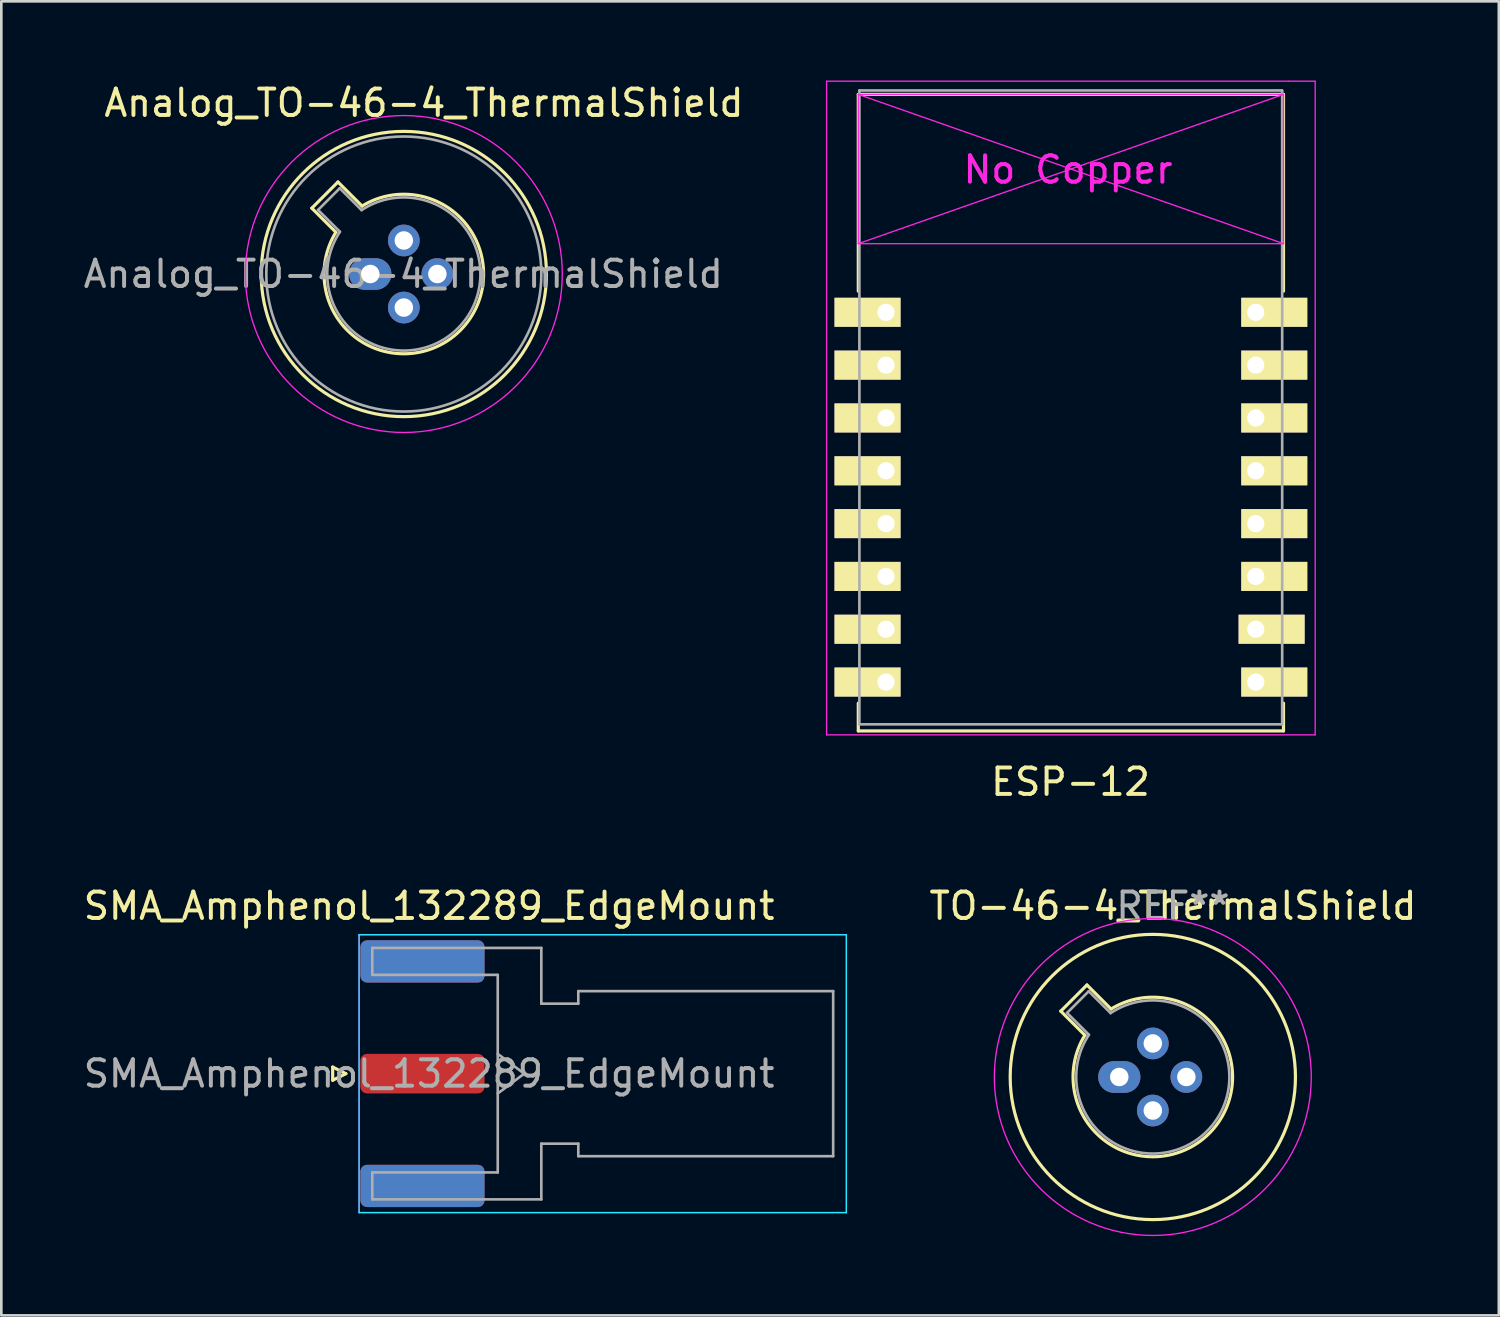
<source format=kicad_pcb>
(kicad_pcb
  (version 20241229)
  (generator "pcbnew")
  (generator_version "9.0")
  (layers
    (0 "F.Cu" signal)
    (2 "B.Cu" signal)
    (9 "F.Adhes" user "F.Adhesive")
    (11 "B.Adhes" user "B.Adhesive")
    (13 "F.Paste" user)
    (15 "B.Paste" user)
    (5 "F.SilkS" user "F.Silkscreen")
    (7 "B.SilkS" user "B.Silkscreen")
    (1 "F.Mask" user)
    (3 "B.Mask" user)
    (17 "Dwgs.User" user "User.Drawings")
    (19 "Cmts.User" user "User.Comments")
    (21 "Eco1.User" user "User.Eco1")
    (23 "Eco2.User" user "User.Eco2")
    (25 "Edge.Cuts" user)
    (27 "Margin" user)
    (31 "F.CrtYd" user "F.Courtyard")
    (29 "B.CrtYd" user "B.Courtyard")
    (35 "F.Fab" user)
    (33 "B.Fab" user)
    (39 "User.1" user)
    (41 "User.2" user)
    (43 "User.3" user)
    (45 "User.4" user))
  (footprint "TO-46-4_ThermalShield"
    (layer "F.Cu")
    (at 39.329 37.728)
    (property "Reference" "TO-46-4_ThermalShield" (at 2.032 -6.477 0) (layer "F.SilkS") (effects (font (size 1 1) (thickness 0.15))))
    (attr through_hole)
    (fp_line (start -2.214 -2.494) (end -1.302 -1.582) (stroke (width 0.12) (type solid)) (layer "F.SilkS"))
    (fp_line (start -1.224 -3.484) (end -2.214 -2.494) (stroke (width 0.12) (type solid)) (layer "F.SilkS"))
    (fp_line (start -0.312 -2.572) (end -1.224 -3.484) (stroke (width 0.12) (type solid)) (layer "F.SilkS"))
    (fp_arc (start -0.312331 -2.572281) (mid 3.405374 2.135551) (end -1.30215 -1.582544) (stroke (width 0.12) (type solid)) (layer "F.SilkS"))
    (fp_circle (center 1.27 0) (end 6.67 0) (stroke (width 0.12) (type solid)) (fill no) (layer "F.SilkS"))
    (fp_circle (center 1.27 0) (end 7.27 0) (stroke (width 0.05) (type solid)) (fill no) (layer "F.CrtYd"))
    (fp_line (start -1.977 -2.426) (end -1.149 -1.599) (stroke (width 0.1) (type solid)) (layer "F.Fab"))
    (fp_line (start -1.156 -3.247) (end -1.977 -2.426) (stroke (width 0.1) (type solid)) (layer "F.Fab"))
    (fp_line (start -0.329 -2.419) (end -1.156 -3.247) (stroke (width 0.1) (type solid)) (layer "F.Fab"))
    (fp_arc (start -0.329057 -2.419301) (mid 3.321076 2.050143) (end -1.150029 -1.597956) (stroke (width 0.1) (type solid)) (layer "F.Fab"))
    (fp_text user "REF**" (at 2.032 -6.477 0) (layer "F.Fab") (effects (font (size 1 1) (thickness 0.15))))
    (pad "1" thru_hole oval (at 0 0) (size 1.6 1.2) (drill 0.7) (layers "*.Cu" "*.Mask"))
    (pad "2" thru_hole circle (at 1.27 1.27) (size 1.2 1.2) (drill 0.7) (layers "*.Cu" "*.Mask"))
    (pad "3" thru_hole circle (at 2.54 0) (size 1.2 1.2) (drill 0.7) (layers "*.Cu" "*.Mask"))
    (pad "4" thru_hole circle (at 1.27 -1.27) (size 1.2 1.2) (drill 0.7) (layers "*.Cu" "*.Mask")))
  (footprint "SMA_Amphenol_132289_EdgeMount"
    (layer "F.Cu")
    (at 12.946 37.602)
    (property "Reference" "SMA_Amphenol_132289_EdgeMount" (at 0.25 -6.35 180) (layer "F.SilkS") (effects (font (size 1 1) (thickness 0.15))))
    (attr smd)
    (fp_line (start -3.4 -0.25) (end -3.4 0.25) (stroke (width 0.12) (type solid)) (layer "F.SilkS"))
    (fp_line (start -3.4 0.25) (end -2.9 0) (stroke (width 0.12) (type solid)) (layer "F.SilkS"))
    (fp_line (start -2.9 0) (end -3.4 -0.25) (stroke (width 0.12) (type solid)) (layer "F.SilkS"))
    (fp_line (start -2.4 5.26) (end -2.4 -5.26) (stroke (width 0.05) (type solid)) (layer "B.CrtYd"))
    (fp_line (start 16.05 -5.26) (end -2.4 -5.26) (stroke (width 0.05) (type solid)) (layer "B.CrtYd"))
    (fp_line (start 16.05 -5.26) (end 16.05 5.26) (stroke (width 0.05) (type solid)) (layer "B.CrtYd"))
    (fp_line (start 16.05 5.26) (end -2.4 5.26) (stroke (width 0.05) (type solid)) (layer "B.CrtYd"))
    (fp_line (start -2.4 5.26) (end -2.4 -5.26) (stroke (width 0.05) (type solid)) (layer "F.CrtYd"))
    (fp_line (start 16.05 -5.26) (end -2.4 -5.26) (stroke (width 0.05) (type solid)) (layer "F.CrtYd"))
    (fp_line (start 16.05 -5.26) (end 16.05 5.26) (stroke (width 0.05) (type solid)) (layer "F.CrtYd"))
    (fp_line (start 16.05 5.26) (end -2.4 5.26) (stroke (width 0.05) (type solid)) (layer "F.CrtYd"))
    (fp_line (start -1.9 -4.76) (end -1.9 -3.74) (stroke (width 0.1) (type solid)) (layer "F.Fab"))
    (fp_line (start -1.9 -4.76) (end 4.5 -4.76) (stroke (width 0.1) (type solid)) (layer "F.Fab"))
    (fp_line (start -1.9 -3.74) (end 2.85 -3.74) (stroke (width 0.1) (type solid)) (layer "F.Fab"))
    (fp_line (start -1.9 3.74) (end -1.9 4.76) (stroke (width 0.1) (type solid)) (layer "F.Fab"))
    (fp_line (start -1.9 4.76) (end 4.5 4.76) (stroke (width 0.1) (type solid)) (layer "F.Fab"))
    (fp_line (start 2.85 -3.74) (end 2.85 3.74) (stroke (width 0.1) (type solid)) (layer "F.Fab"))
    (fp_line (start 2.85 -0.75) (end 3.85 0) (stroke (width 0.1) (type solid)) (layer "F.Fab"))
    (fp_line (start 2.85 3.74) (end -1.9 3.74) (stroke (width 0.1) (type solid)) (layer "F.Fab"))
    (fp_line (start 3.85 0) (end 2.85 0.75) (stroke (width 0.1) (type solid)) (layer "F.Fab"))
    (fp_line (start 4.5 -2.65) (end 4.5 -4.76) (stroke (width 0.1) (type solid)) (layer "F.Fab"))
    (fp_line (start 4.5 -2.65) (end 5.9 -2.65) (stroke (width 0.1) (type solid)) (layer "F.Fab"))
    (fp_line (start 4.5 2.65) (end 5.9 2.65) (stroke (width 0.1) (type solid)) (layer "F.Fab"))
    (fp_line (start 4.5 4.76) (end 4.5 2.65) (stroke (width 0.1) (type solid)) (layer "F.Fab"))
    (fp_line (start 5.9 -3.125) (end 15.55 -3.125) (stroke (width 0.1) (type solid)) (layer "F.Fab"))
    (fp_line (start 5.9 -2.65) (end 5.9 -3.125) (stroke (width 0.1) (type solid)) (layer "F.Fab"))
    (fp_line (start 5.9 3.125) (end 5.9 2.65) (stroke (width 0.1) (type solid)) (layer "F.Fab"))
    (fp_line (start 15.55 -3.125) (end 15.55 3.125) (stroke (width 0.1) (type solid)) (layer "F.Fab"))
    (fp_line (start 15.55 3.125) (end 5.9 3.125) (stroke (width 0.1) (type solid)) (layer "F.Fab"))
    (fp_text user "${REFERENCE}" (at 0.25 0 0) (layer "F.Fab") (effects (font (size 1 1) (thickness 0.15))))
    (pad "1" smd roundrect (at 0 0 90) (size 1.5 4.7) (layers "F.Cu" "F.Mask" "F.Paste") (roundrect_rratio 0.167))
    (pad "2" smd roundrect (at 0 -4.25 90) (size 1.6 4.7) (layers "F.Cu" "F.Mask" "F.Paste") (roundrect_rratio 0.156))
    (pad "2" smd roundrect (at 0 -4.25 90) (size 1.6 4.7) (layers "B.Cu" "B.Mask" "B.Paste") (roundrect_rratio 0.156))
    (pad "2" smd roundrect (at 0 4.25 90) (size 1.6 4.7) (layers "F.Cu" "F.Mask" "F.Paste") (roundrect_rratio 0.156))
    (pad "2" smd roundrect (at 0 4.25 90) (size 1.6 4.7) (layers "B.Cu" "B.Mask" "B.Paste") (roundrect_rratio 0.156)))
  (footprint "Analog_TO-46-4_ThermalShield"
    (layer "F.Cu")
    (at 10.97 7.325)
    (property "Reference" "Analog_TO-46-4_ThermalShield" (at 2.032 -6.477 0) (layer "F.SilkS") (effects (font (size 1 1) (thickness 0.15))))
    (attr through_hole)
    (fp_line (start -2.214 -2.494) (end -1.302 -1.582) (stroke (width 0.12) (type solid)) (layer "F.SilkS"))
    (fp_line (start -1.224 -3.484) (end -2.214 -2.494) (stroke (width 0.12) (type solid)) (layer "F.SilkS"))
    (fp_line (start -0.312 -2.572) (end -1.224 -3.484) (stroke (width 0.12) (type solid)) (layer "F.SilkS"))
    (fp_arc (start -0.312331 -2.572281) (mid 3.405374 2.135551) (end -1.30215 -1.582544) (stroke (width 0.12) (type solid)) (layer "F.SilkS"))
    (fp_circle (center 1.27 0) (end 6.67 0) (stroke (width 0.12) (type solid)) (fill no) (layer "F.SilkS"))
    (fp_circle (center 1.27 0) (end 7.27 0) (stroke (width 0.05) (type solid)) (fill no) (layer "F.CrtYd"))
    (fp_line (start -1.977 -2.426) (end -1.149 -1.599) (stroke (width 0.1) (type solid)) (layer "F.Fab"))
    (fp_line (start -1.156 -3.247) (end -1.977 -2.426) (stroke (width 0.1) (type solid)) (layer "F.Fab"))
    (fp_line (start -0.329 -2.419) (end -1.156 -3.247) (stroke (width 0.1) (type solid)) (layer "F.Fab"))
    (fp_arc (start -0.329057 -2.419301) (mid 3.321076 2.050143) (end -1.150029 -1.597956) (stroke (width 0.1) (type solid)) (layer "F.Fab"))
    (fp_circle (center 1.27 0) (end 6.477 0) (stroke (width 0.1) (type solid)) (fill no) (layer "F.Fab"))
    (fp_text user "${REFERENCE}" (at 1.25 0 0) (layer "F.Fab") (effects (font (size 1 1) (thickness 0.15))))
    (pad "1" thru_hole oval (at 0 0) (size 1.6 1.2) (drill 0.7) (layers "*.Cu" "*.Mask"))
    (pad "2" thru_hole circle (at 1.27 1.27) (size 1.2 1.2) (drill 0.7) (layers "*.Cu" "*.Mask"))
    (pad "3" thru_hole circle (at 2.54 0) (size 1.2 1.2) (drill 0.7) (layers "*.Cu" "*.Mask"))
    (pad "4" thru_hole circle (at 1.27 -1.27) (size 1.2 1.2) (drill 0.7) (layers "*.Cu" "*.Mask")))
  (footprint "ESP-12"
    (layer "F.Cu")
    (at 37.497 12.575)
    (property "Reference" "ESP-12" (at -0.015 13.98 0) (layer "F.SilkS") (effects (font (size 1 1) (thickness 0.15))))
    (attr through_hole)
    (fp_line (start -8.05 -12.05) (end -8.05 -4.6) (stroke (width 0.12) (type solid)) (layer "F.SilkS"))
    (fp_line (start -8.05 11) (end -8.05 12.05) (stroke (width 0.12) (type solid)) (layer "F.SilkS"))
    (fp_line (start -8.05 12.05) (end 8.05 12.05) (stroke (width 0.12) (type solid)) (layer "F.SilkS"))
    (fp_line (start 8.05 -12.05) (end -8.05 -12.05) (stroke (width 0.12) (type solid)) (layer "F.SilkS"))
    (fp_line (start 8.05 -4.6) (end 8.05 -12.05) (stroke (width 0.12) (type solid)) (layer "F.SilkS"))
    (fp_line (start 8.05 12.05) (end 8.05 11) (stroke (width 0.12) (type solid)) (layer "F.SilkS"))
    (fp_line (start -9.25 -12.55) (end 8.25 -12.55) (stroke (width 0.05) (type solid)) (layer "F.CrtYd"))
    (fp_line (start -9.25 -4.3) (end -9.25 -12.55) (stroke (width 0.05) (type solid)) (layer "F.CrtYd"))
    (fp_line (start -9.25 12.2) (end -9.25 -4.3) (stroke (width 0.05) (type solid)) (layer "F.CrtYd"))
    (fp_line (start -8.05 -12.05) (end -8.05 -6.4) (stroke (width 0.05) (type solid)) (layer "F.CrtYd"))
    (fp_line (start -8.05 -12.05) (end 8.05 -12.05) (stroke (width 0.05) (type solid)) (layer "F.CrtYd"))
    (fp_line (start -8.05 -12.05) (end 8.05 -6.4) (stroke (width 0.05) (type solid)) (layer "F.CrtYd"))
    (fp_line (start -8.05 -6.4) (end 8.05 -6.4) (stroke (width 0.05) (type solid)) (layer "F.CrtYd"))
    (fp_line (start 8.05 -12.05) (end -8.05 -6.4) (stroke (width 0.05) (type solid)) (layer "F.CrtYd"))
    (fp_line (start 8.05 -12.05) (end 8.05 -6.4) (stroke (width 0.05) (type solid)) (layer "F.CrtYd"))
    (fp_line (start 8.25 -12.55) (end 9.25 -12.55) (stroke (width 0.05) (type solid)) (layer "F.CrtYd"))
    (fp_line (start 9.25 -12.55) (end 9.25 12.2) (stroke (width 0.05) (type solid)) (layer "F.CrtYd"))
    (fp_line (start 9.25 12.2) (end -9.25 12.2) (stroke (width 0.05) (type solid)) (layer "F.CrtYd"))
    (fp_line (start -8.008 -12.2) (end 7.992 -12.2) (stroke (width 0.1) (type solid)) (layer "F.Fab"))
    (fp_line (start -8.008 11.8) (end -8.008 -12.2) (stroke (width 0.1) (type solid)) (layer "F.Fab"))
    (fp_line (start 7.992 11.8) (end -8.008 11.8) (stroke (width 0.1) (type solid)) (layer "F.Fab"))
    (fp_line (start 8 -12.2) (end 8 11.8) (stroke (width 0.1) (type solid)) (layer "F.Fab"))
    (fp_text user "No Copper" (at -0.108 -9.2 0) (layer "F.CrtYd") (effects (font (size 1 1) (thickness 0.15))))
    (pad "1" thru_hole rect (at -7 -3.8) (size 2.5 1.1) (drill 0.65 (offset -0.7 0)) (layers "*.Cu" "*.Mask" "F.SilkS"))
    (pad "2" thru_hole rect (at -7 -1.8) (size 2.5 1.1) (drill 0.65 (offset -0.7 0)) (layers "*.Cu" "*.Mask" "F.SilkS"))
    (pad "3" thru_hole rect (at -7 0.2) (size 2.5 1.1) (drill 0.65 (offset -0.7 0)) (layers "*.Cu" "*.Mask" "F.SilkS"))
    (pad "4" thru_hole rect (at -7 2.2) (size 2.5 1.1) (drill 0.65 (offset -0.7 0)) (layers "*.Cu" "*.Mask" "F.SilkS"))
    (pad "5" thru_hole rect (at -7 4.2) (size 2.5 1.1) (drill 0.65 (offset -0.7 0)) (layers "*.Cu" "*.Mask" "F.SilkS"))
    (pad "6" thru_hole rect (at -7 6.2) (size 2.5 1.1) (drill 0.65 (offset -0.7 0)) (layers "*.Cu" "*.Mask" "F.SilkS"))
    (pad "7" thru_hole rect (at -7 8.2) (size 2.5 1.1) (drill 0.65 (offset -0.7 0)) (layers "*.Cu" "*.Mask" "F.SilkS"))
    (pad "8" thru_hole rect (at -7 10.2) (size 2.5 1.1) (drill 0.65 (offset -0.7 0)) (layers "*.Cu" "*.Mask" "F.SilkS"))
    (pad "9" thru_hole rect (at 7 10.2) (size 2.5 1.1) (drill 0.65 (offset 0.7 0)) (layers "*.Cu" "*.Mask" "F.SilkS"))
    (pad "10" thru_hole rect (at 7 8.2) (size 2.5 1.1) (drill 0.65 (offset 0.6 0)) (layers "*.Cu" "*.Mask" "F.SilkS"))
    (pad "11" thru_hole rect (at 7 6.2) (size 2.5 1.1) (drill 0.65 (offset 0.7 0)) (layers "*.Cu" "*.Mask" "F.SilkS"))
    (pad "12" thru_hole rect (at 7 4.2) (size 2.5 1.1) (drill 0.65 (offset 0.7 0)) (layers "*.Cu" "*.Mask" "F.SilkS"))
    (pad "13" thru_hole rect (at 7 2.2) (size 2.5 1.1) (drill 0.65 (offset 0.7 0)) (layers "*.Cu" "*.Mask" "F.SilkS"))
    (pad "14" thru_hole rect (at 7 0.2) (size 2.5 1.1) (drill 0.65 (offset 0.7 0)) (layers "*.Cu" "*.Mask" "F.SilkS"))
    (pad "15" thru_hole rect (at 7 -1.8) (size 2.5 1.1) (drill 0.65 (offset 0.7 0)) (layers "*.Cu" "*.Mask" "F.SilkS"))
    (pad "16" thru_hole rect (at 7 -3.8) (size 2.5 1.1) (drill 0.65 (offset 0.7 0)) (layers "*.Cu" "*.Mask" "F.SilkS")))
  (gr_rect
    (start -3 -3)
    (end 53.7 46.754)
    (stroke (width 0.1) (type default))
    (fill no)
    (layer "Edge.Cuts")))
</source>
